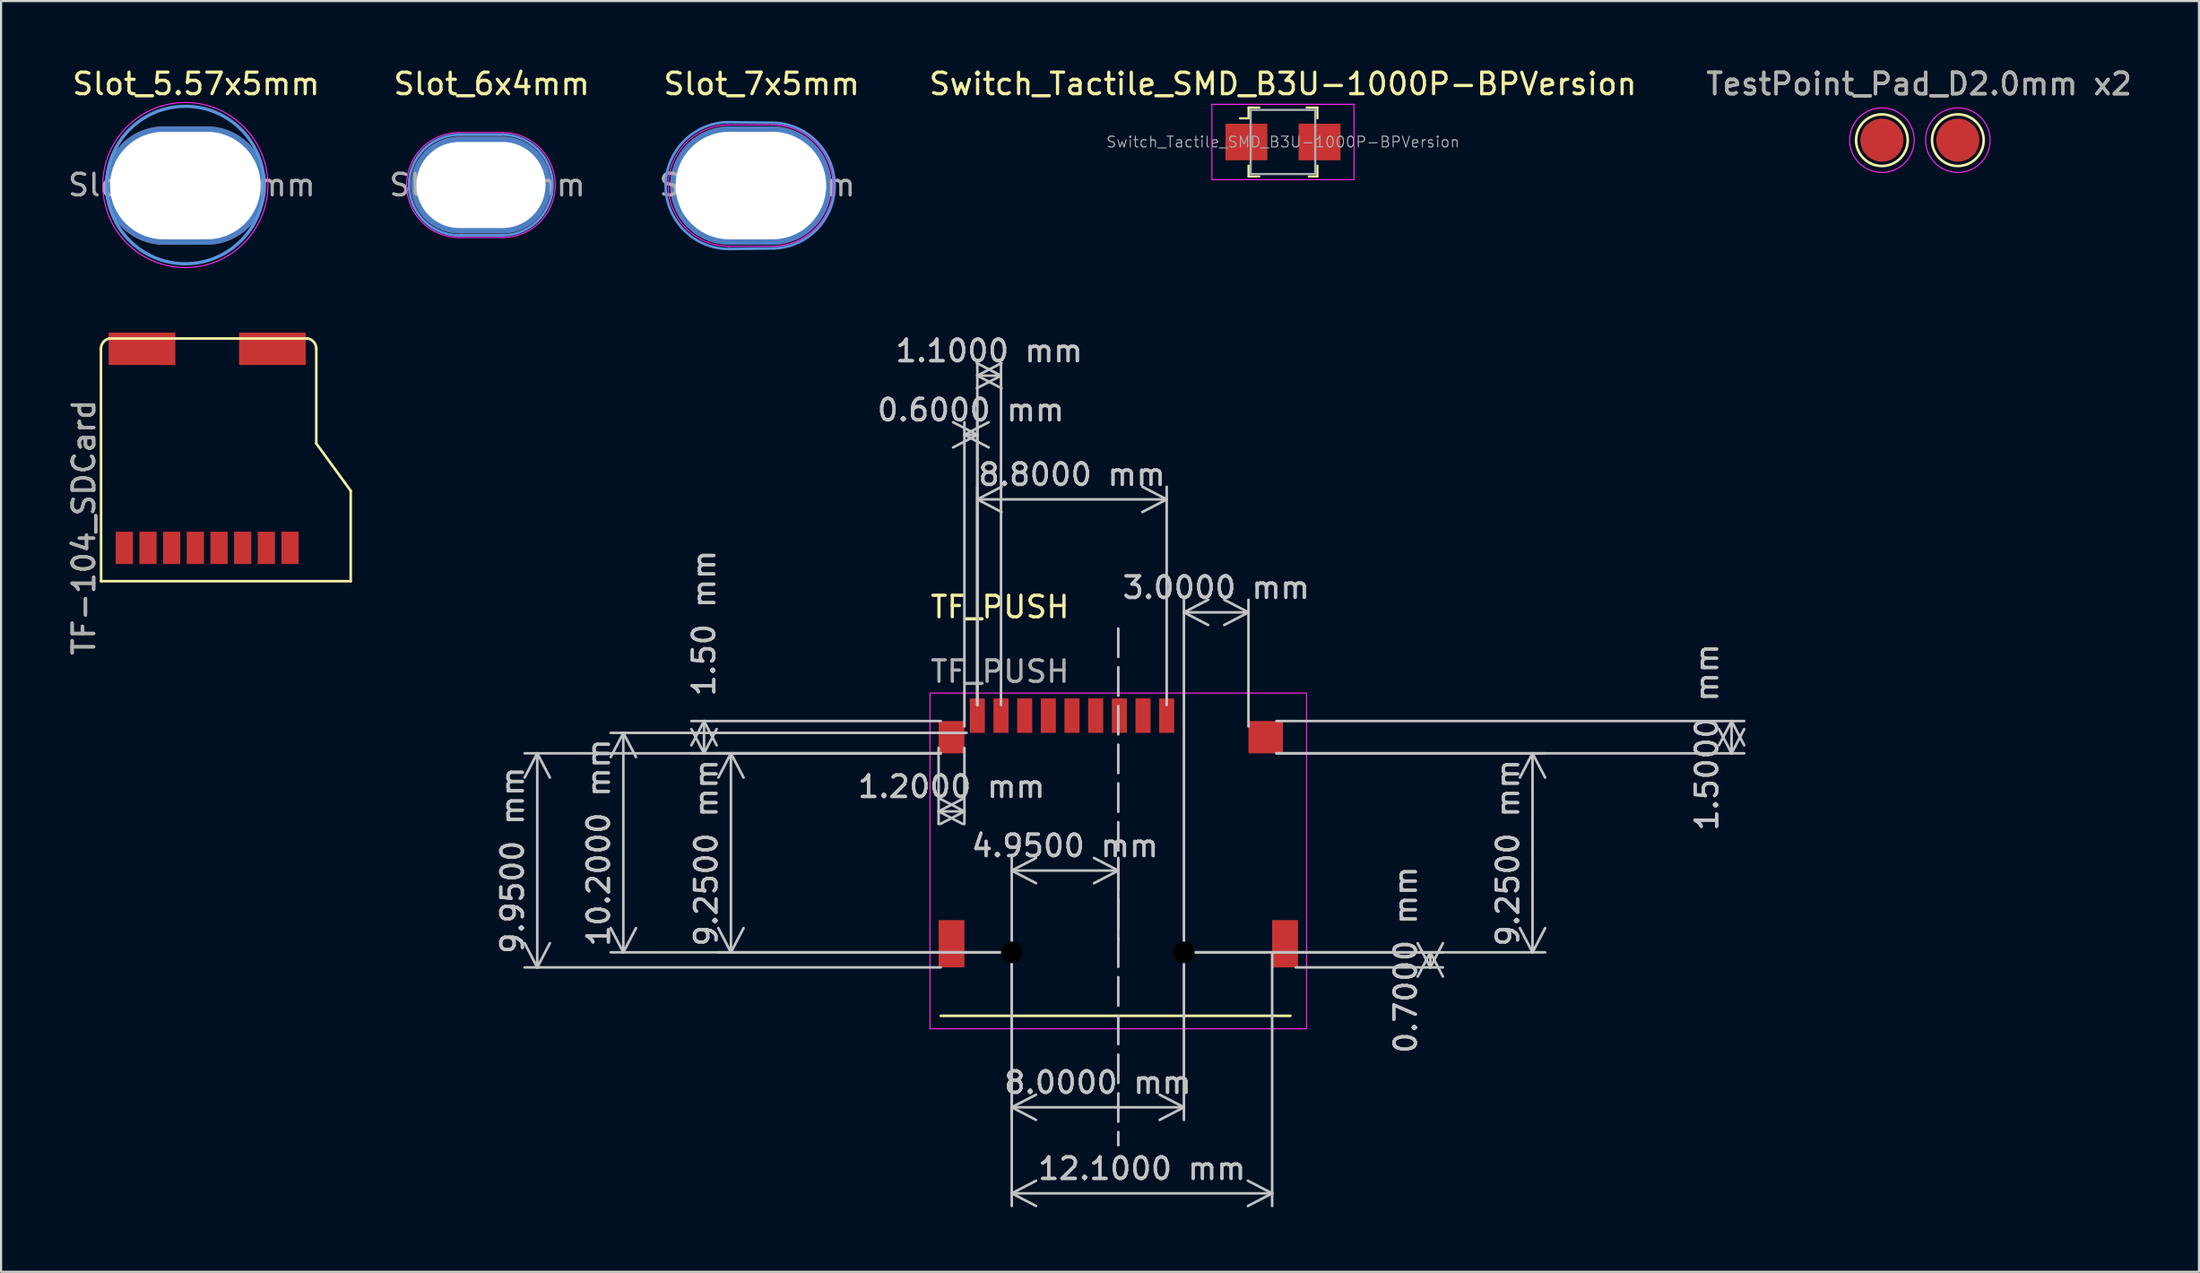
<source format=kicad_pcb>
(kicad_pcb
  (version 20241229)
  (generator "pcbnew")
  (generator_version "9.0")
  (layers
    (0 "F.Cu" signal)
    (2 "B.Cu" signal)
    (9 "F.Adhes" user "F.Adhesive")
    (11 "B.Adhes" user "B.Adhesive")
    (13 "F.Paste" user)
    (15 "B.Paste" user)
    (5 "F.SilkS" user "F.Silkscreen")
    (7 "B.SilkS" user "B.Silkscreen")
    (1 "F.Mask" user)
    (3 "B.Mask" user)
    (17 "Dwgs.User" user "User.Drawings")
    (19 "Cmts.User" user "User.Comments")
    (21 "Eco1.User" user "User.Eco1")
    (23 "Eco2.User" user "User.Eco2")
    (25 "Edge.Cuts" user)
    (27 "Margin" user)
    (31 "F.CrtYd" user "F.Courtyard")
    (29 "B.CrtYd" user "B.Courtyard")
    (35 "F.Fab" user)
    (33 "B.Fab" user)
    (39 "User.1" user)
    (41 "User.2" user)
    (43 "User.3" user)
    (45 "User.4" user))
  (footprint "Slot_5.57x5mm"
    (layer "F.Cu")
    (at 5.563 5.548)
    (property "Reference" "Slot_5.57x5mm" (at 0.5 -4.7 180) (layer "F.SilkS") (effects (font (size 1 1) (thickness 0.15))))
    (attr exclude_from_pos_files exclude_from_bom)
    (fp_circle (center 0 0) (end 3.658 0.076) (stroke (width 0.15) (type solid)) (fill no) (layer "Cmts.User"))
    (fp_circle (center 0 0) (end 3.835 0) (stroke (width 0.05) (type solid)) (fill no) (layer "F.CrtYd"))
    (fp_text user "${REFERENCE}" (at 0.3 0 180) (layer "F.Fab") (effects (font (size 1 1) (thickness 0.15))))
    (pad "4" thru_hole oval (at 0 0.025) (size 7.5 5.5) (drill oval 7 5) (layers "*.Cu" "*.Mask")))
  (footprint "Switch_Tactile_SMD_B3U-1000P-BPVersion"
    (layer "F.Cu")
    (at 56.57 3.548)
    (property "Reference" "Switch_Tactile_SMD_B3U-1000P-BPVersion" (at 0 -2.7 0) (layer "F.SilkS") (effects (font (size 1 1) (thickness 0.15))))
    (attr smd)
    (fp_line (start -1.6 -1.6) (end -1.6 -1.1) (stroke (width 0.1) (type solid)) (layer "F.SilkS"))
    (fp_line (start -1.6 -1.6) (end -1.1 -1.6) (stroke (width 0.1) (type solid)) (layer "F.SilkS"))
    (fp_line (start -1.6 -1.1) (end -2 -1.1) (stroke (width 0.1) (type solid)) (layer "F.SilkS"))
    (fp_line (start -1.6 1.6) (end -1.6 1.1) (stroke (width 0.1) (type solid)) (layer "F.SilkS"))
    (fp_line (start -1.6 1.6) (end -1.1 1.6) (stroke (width 0.1) (type solid)) (layer "F.SilkS"))
    (fp_line (start 1.6 -1.6) (end 1.1 -1.6) (stroke (width 0.1) (type solid)) (layer "F.SilkS"))
    (fp_line (start 1.6 -1.6) (end 1.6 -1.1) (stroke (width 0.1) (type solid)) (layer "F.SilkS"))
    (fp_line (start 1.6 1.6) (end 1.2 1.6) (stroke (width 0.1) (type solid)) (layer "F.SilkS"))
    (fp_line (start 1.6 1.6) (end 1.6 1.1) (stroke (width 0.1) (type solid)) (layer "F.SilkS"))
    (fp_line (start -3.302 -1.75) (end 3.302 -1.75) (stroke (width 0.05) (type solid)) (layer "F.CrtYd"))
    (fp_line (start -3.302 1.75) (end -3.302 -1.75) (stroke (width 0.05) (type solid)) (layer "F.CrtYd"))
    (fp_line (start -3.302 1.75) (end 3.302 1.75) (stroke (width 0.05) (type solid)) (layer "F.CrtYd"))
    (fp_line (start 3.302 1.75) (end 3.302 -1.75) (stroke (width 0.05) (type solid)) (layer "F.CrtYd"))
    (fp_line (start -1.5 -1.49) (end -1.5 1.49) (stroke (width 0.1) (type solid)) (layer "F.Fab"))
    (fp_line (start -1.5 -1.49) (end 1.5 -1.49) (stroke (width 0.1) (type solid)) (layer "F.Fab"))
    (fp_line (start -1.5 1.49) (end 1.5 1.49) (stroke (width 0.1) (type solid)) (layer "F.Fab"))
    (fp_line (start 1.5 -1.49) (end 1.5 1.49) (stroke (width 0.1) (type solid)) (layer "F.Fab"))
    (fp_text user "${REFERENCE}" (at 0 0 0) (layer "F.Fab") (effects (font (size 0.5 0.5) (thickness 0.05))))
    (pad "1" smd rect (at -1.7 0) (size 1.948 1.7) (layers "F.Cu" "F.Mask" "F.Paste"))
    (pad "2" smd rect (at 1.7 0) (size 1.948 1.7) (layers "F.Cu" "F.Mask" "F.Paste")))
  (footprint "Slot_6x4mm"
    (layer "F.Cu")
    (at 19.299 5.548)
    (property "Reference" "Slot_6x4mm" (at 0.5 -4.7 180) (layer "F.SilkS") (effects (font (size 1 1) (thickness 0.15))))
    (attr exclude_from_pos_files exclude_from_bom)
    (fp_line (start -0.976 -2.338) (end 0.903 -2.338) (stroke (width 0.12) (type solid)) (layer "Cmts.User"))
    (fp_line (start 0.965 2.337) (end -0.914 2.337) (stroke (width 0.12) (type solid)) (layer "Cmts.User"))
    (fp_arc (start -0.9144 2.3368) (mid -3.340439 0.031409) (end -0.976474 -2.33759) (stroke (width 0.12) (type solid)) (layer "Cmts.User"))
    (fp_arc (start 0.903126 -2.33759) (mid 3.329165 -0.032199) (end 0.9652 2.3368) (stroke (width 0.12) (type solid)) (layer "Cmts.User"))
    (fp_line (start -1.016 -2.438) (end 1.016 -2.438) (stroke (width 0.05) (type solid)) (layer "F.CrtYd"))
    (fp_line (start 1.016 2.438) (end -1.016 2.438) (stroke (width 0.05) (type solid)) (layer "F.CrtYd"))
    (fp_arc (start -1.016 2.4384) (mid -3.4544 0) (end -1.016 -2.4384) (stroke (width 0.05) (type solid)) (layer "F.CrtYd"))
    (fp_arc (start 1.016 -2.4384) (mid 3.4544 0) (end 1.016 2.4384) (stroke (width 0.05) (type solid)) (layer "F.CrtYd"))
    (fp_text user "${REFERENCE}" (at 0.3 0 180) (layer "F.Fab") (effects (font (size 1 1) (thickness 0.15))))
    (pad "" thru_hole oval (at 0 0) (size 6.5 4.5) (drill oval 6 4) (layers "*.Cu" "*.Mask")))
  (footprint "TF-104_SDCard"
    (layer "F.Cu")
    (at 2.048 13.159)
    (property "Reference" "TF-104_SDCard" (at -1.2 8.3 90) (unlocked yes) (layer "F.SilkS") (effects (font (size 1 1) (thickness 0.15))))
    (fp_line (start -0.407 0) (end -0.4 10.8) (stroke (width 0.12) (type solid)) (layer "F.SilkS"))
    (fp_line (start -0.4 10.8) (end 11.2 10.8) (stroke (width 0.12) (type solid)) (layer "F.SilkS"))
    (fp_line (start -0.025 -0.478) (end 9.218 -0.478) (stroke (width 0.12) (type solid)) (layer "F.SilkS"))
    (fp_line (start 9.6 4.4) (end 9.6 0) (stroke (width 0.12) (type solid)) (layer "F.SilkS"))
    (fp_line (start 11.2 6.6) (end 9.6 4.4) (stroke (width 0.12) (type solid)) (layer "F.SilkS"))
    (fp_line (start 11.2 10.8) (end 11.2 6.6) (stroke (width 0.12) (type solid)) (layer "F.SilkS"))
    (fp_arc (start -0.407374 0) (mid -0.3 -0.306101) (end -0.024935 -0.478049) (stroke (width 0.12) (type solid)) (layer "F.SilkS"))
    (fp_arc (start 9.217561 -0.478049) (mid 9.492626 -0.306101) (end 9.6 0) (stroke (width 0.12) (type solid)) (layer "F.SilkS"))
    (fp_text user "${REFERENCE}" (at -1.2 8.3 90) (unlocked yes) (layer "F.Fab") (effects (font (size 1 1) (thickness 0.15))))
    (pad "1" smd rect (at 8.38 9.25) (size 0.8 1.5) (layers "F.Cu" "F.Mask" "F.Paste"))
    (pad "2" smd rect (at 7.28 9.25) (size 0.8 1.5) (layers "F.Cu" "F.Mask" "F.Paste"))
    (pad "3" smd rect (at 6.18 9.25) (size 0.8 1.5) (layers "F.Cu" "F.Mask" "F.Paste"))
    (pad "4" smd rect (at 5.08 9.25) (size 0.8 1.5) (layers "F.Cu" "F.Mask" "F.Paste"))
    (pad "5" smd rect (at 3.98 9.25) (size 0.8 1.5) (layers "F.Cu" "F.Mask" "F.Paste"))
    (pad "6" smd rect (at 2.88 9.25) (size 0.8 1.5) (layers "F.Cu" "F.Mask" "F.Paste"))
    (pad "7" smd rect (at 1.78 9.25) (size 0.8 1.5) (layers "F.Cu" "F.Mask" "F.Paste"))
    (pad "8" smd rect (at 0.68 9.25) (size 0.8 1.5) (layers "F.Cu" "F.Mask" "F.Paste"))
    (pad "9" smd rect (at 1.5 0) (size 3.1 1.5) (layers "F.Cu" "F.Mask" "F.Paste"))
    (pad "9" smd rect (at 7.56 0) (size 3.1 1.5) (layers "F.Cu" "F.Mask" "F.Paste")))
  (footprint "TF_PUSH"
    (layer "F.Cu")
    (at 48.917 29.407)
    (property "Reference" "TF_PUSH" (at -5.5 -4.25 0) (unlocked yes) (layer "F.SilkS") (effects (font (size 1 1) (thickness 0.15))))
    (attr smd)
    (fp_line (start -8.25 14.75) (end 8 14.75) (stroke (width 0.12) (type default)) (layer "F.SilkS"))
    (fp_line (start 0 -3.25) (end 0 20.75) (stroke (width 0.12) (type dash)) (layer "Dwgs.User"))
    (fp_line (start 0 20.75) (end 0 20.75) (stroke (width 0.12) (type dash)) (layer "Dwgs.User"))
    (fp_rect (start -8.75 -0.25) (end 8.75 15.35) (stroke (width 0.05) (type default)) (fill no) (layer "F.CrtYd"))
    (fp_text user "${REFERENCE}" (at -5.5 -1.25 0) (unlocked yes) (layer "F.Fab") (effects (font (size 1 1) (thickness 0.15))))
    (dimension (type orthogonal) (layer "Dwgs.User") (pts (xy 55.767 31.957) (xy 55.767 30.457)) (height 21.65) (orientation 1) (format (prefix "") (suffix "") (units 3) (units_format 1) (precision 4)) (style (thickness 0.12) (arrow_length 1.27) (text_position_mode 0) (arrow_direction outward) (extension_height 0.586) (extension_offset 0.5) (keep_text_aligned yes)) (gr_text "1.5000 mm" (at 76.267 31.207 90) (layer "Dwgs.User") (effects (font (size 1 1) (thickness 0.15)))))
    (dimension (type orthogonal) (layer "Dwgs.User") (pts (xy 40.567 31.207) (xy 41.767 31.207)) (height 3.45) (orientation 0) (format (prefix "") (suffix "") (units 3) (units_format 1) (precision 4)) (style (thickness 0.12) (arrow_length 1.27) (text_position_mode 0) (arrow_direction outward) (extension_height 0.586) (extension_offset 0.5) (keep_text_aligned yes)) (gr_text "1.2000 mm" (at 41.167 33.507 0) (layer "Dwgs.User") (effects (font (size 1 1) (thickness 0.15)))))
    (dimension (type orthogonal) (layer "Dwgs.User") (pts (xy 43.967 41.207) (xy 56.067 40.807)) (height 11.2) (orientation 0) (format (prefix "") (suffix "") (units 3) (units_format 1) (precision 4)) (style (thickness 0.12) (arrow_length 1.27) (text_position_mode 0) (arrow_direction outward) (extension_height 0.586) (extension_offset 0.5) (keep_text_aligned yes)) (gr_text "12.1000 mm" (at 50.017 51.257 0) (layer "Dwgs.User") (effects (font (size 1 1) (thickness 0.15)))))
    (dimension (type orthogonal) (layer "Dwgs.User") (pts (xy 51.967 41.207) (xy 55.767 31.957)) (height 16.2) (orientation 1) (format (prefix "") (suffix "") (units 3) (units_format 1) (precision 4)) (style (thickness 0.12) (arrow_length 1.27) (text_position_mode 0) (arrow_direction outward) (extension_height 0.586) (extension_offset 0.5) (keep_text_aligned yes)) (gr_text "9.2500 mm" (at 67.017 36.582 90) (layer "Dwgs.User") (effects (font (size 1 1) (thickness 0.15)))))
    (dimension (type orthogonal) (layer "Dwgs.User") (pts (xy 42.367 30.207) (xy 41.767 31.207)) (height -13.05) (orientation 0) (format (prefix "") (suffix "") (units 3) (units_format 1) (precision 4)) (style (thickness 0.12) (arrow_length 1.27) (text_position_mode 0) (arrow_direction outward) (extension_height 0.586) (extension_offset 0.5) (keep_text_aligned yes)) (gr_text "0.6000 mm" (at 42.067 16.007 0) (layer "Dwgs.User") (effects (font (size 1 1) (thickness 0.15)))))
    (dimension (type orthogonal) (layer "Dwgs.User") (pts (xy 43.967 41.207) (xy 51.967 41.207)) (height 7.2) (orientation 0) (format (prefix "") (suffix "") (units 3) (units_format 1) (precision 4)) (style (thickness 0.12) (arrow_length 1.27) (text_position_mode 0) (arrow_direction outward) (extension_height 0.586) (extension_offset 0.5) (keep_text_aligned yes)) (gr_text "8.0000 mm" (at 47.967 47.257 0) (layer "Dwgs.User") (effects (font (size 1 1) (thickness 0.15)))))
    (dimension (type orthogonal) (layer "Dwgs.User") (pts (xy 51.967 41.207) (xy 56.667 41.907)) (height 11.45) (orientation 1) (format (prefix "") (suffix "") (units 3) (units_format 1) (precision 4)) (style (thickness 0.12) (arrow_length 1.27) (text_position_mode 0) (arrow_direction outward) (extension_height 0.586) (extension_offset 0.5) (keep_text_aligned yes)) (gr_text "0.7000 mm" (at 62.267 41.557 90) (layer "Dwgs.User") (effects (font (size 1 1) (thickness 0.15)))))
    (dimension (type orthogonal) (layer "Dwgs.User") (pts (xy 51.167 30.207) (xy 42.367 30.207)) (height -10.05) (orientation 0) (format (prefix "") (suffix "") (units 3) (units_format 1) (precision 4)) (style (thickness 0.12) (arrow_length 1.27) (text_position_mode 0) (arrow_direction outward) (extension_height 0.586) (extension_offset 0.5) (keep_text_aligned yes)) (gr_text "8.8000 mm" (at 46.767 19.007 0) (layer "Dwgs.User") (effects (font (size 1 1) (thickness 0.15)))))
    (dimension (type orthogonal) (layer "Dwgs.User") (pts (xy 41.167 41.907) (xy 41.167 31.957)) (height -19.25) (orientation 1) (format (prefix "") (suffix "") (units 3) (units_format 1) (precision 4)) (style (thickness 0.12) (arrow_length 1.27) (text_position_mode 0) (arrow_direction outward) (extension_height 0.586) (extension_offset 0.5) (keep_text_aligned yes)) (gr_text "9.9500 mm" (at 20.767 36.932 90) (layer "Dwgs.User") (effects (font (size 1 1) (thickness 0.15)))))
    (dimension (type orthogonal) (layer "Dwgs.User") (pts (xy 42.367 30.207) (xy 43.467 30.207)) (height -15.8) (orientation 0) (format (prefix "") (suffix "") (units 3) (units_format 1) (precision 4)) (style (thickness 0.12) (arrow_length 1.27) (text_position_mode 0) (arrow_direction outward) (extension_height 0.586) (extension_offset 0.5) (keep_text_aligned yes)) (gr_text "1.1000 mm" (at 42.917 13.257 0) (layer "Dwgs.User") (effects (font (size 1 1) (thickness 0.15)))))
    (dimension (type orthogonal) (layer "Dwgs.User") (pts (xy 43.967 41.207) (xy 48.917 41.157)) (height -3.8) (orientation 0) (format (prefix "") (suffix "") (units 3) (units_format 1) (precision 4)) (style (thickness 0.12) (arrow_length 1.27) (text_position_mode 0) (arrow_direction outward) (extension_height 0.586) (extension_offset 0.5) (keep_text_aligned yes)) (gr_text "4.9500 mm" (at 46.442 36.257 0) (layer "Dwgs.User") (effects (font (size 1 1) (thickness 0.15)))))
    (dimension (type orthogonal) (layer "Dwgs.User") (pts (xy 43.967 41.207) (xy 42.367 31.007)) (height -18.05) (orientation 1) (format (prefix "") (suffix "") (units 3) (units_format 1) (precision 4)) (style (thickness 0.12) (arrow_length 1.27) (text_position_mode 0) (arrow_direction outward) (extension_height 0.586) (extension_offset 0.5) (keep_text_aligned yes)) (gr_text "10.2000 mm" (at 24.767 36.107 90) (layer "Dwgs.User") (effects (font (size 1 1) (thickness 0.15)))))
    (dimension (type orthogonal) (layer "Dwgs.User") (pts (xy 41.167 30.457) (xy 41.167 31.957)) (height -11.5) (orientation 1) (format (prefix "") (suffix "") (units 3) (units_format 1) (precision 2)) (style (thickness 0.12) (arrow_length 1.27) (text_position_mode 2) (arrow_direction outward) (extension_height 0.586) (extension_offset 0.5) (keep_text_aligned yes)) (gr_text "1.50 mm" (at 29.667 25.907 90) (layer "Dwgs.User") (effects (font (size 1 1) (thickness 0.15)))))
    (dimension (type orthogonal) (layer "Dwgs.User") (pts (xy 51.967 41.207) (xy 54.967 31.207)) (height -15.8) (orientation 0) (format (prefix "") (suffix "") (units 3) (units_format 1) (precision 4)) (style (thickness 0.12) (arrow_length 1.27) (text_position_mode 0) (arrow_direction outward) (extension_height 0.586) (extension_offset 0.5) (keep_text_aligned yes)) (gr_text "3.0000 mm" (at 53.467 24.257 0) (layer "Dwgs.User") (effects (font (size 1 1) (thickness 0.15)))))
    (dimension (type orthogonal) (layer "Dwgs.User") (pts (xy 41.167 31.957) (xy 43.967 41.207)) (height -10.25) (orientation 1) (format (prefix "") (suffix "") (units 3) (units_format 1) (precision 4)) (style (thickness 0.12) (arrow_length 1.27) (text_position_mode 0) (arrow_direction outward) (extension_height 0.586) (extension_offset 0.5) (keep_text_aligned yes)) (gr_text "9.2500 mm" (at 29.767 36.582 90) (layer "Dwgs.User") (effects (font (size 1 1) (thickness 0.15)))))
    (pad "" np_thru_hole circle (at -4.95 11.8) (size 1 1) (drill 1) (layers "*.Mask"))
    (pad "" np_thru_hole circle (at 3.05 11.8) (size 1 1) (drill 1) (layers "*.Mask"))
    (pad "1" smd rect (at 2.25 0.8) (size 0.7 1.6) (layers "F.Cu" "F.Mask" "F.Paste"))
    (pad "2" smd rect (at 1.15 0.8) (size 0.7 1.6) (layers "F.Cu" "F.Mask" "F.Paste"))
    (pad "3" smd rect (at 0.05 0.8) (size 0.7 1.6) (layers "F.Cu" "F.Mask" "F.Paste"))
    (pad "4" smd rect (at -1.05 0.8) (size 0.7 1.6) (layers "F.Cu" "F.Mask" "F.Paste"))
    (pad "5" smd rect (at -2.15 0.8) (size 0.7 1.6) (layers "F.Cu" "F.Mask" "F.Paste"))
    (pad "6" smd rect (at -3.25 0.8) (size 0.7 1.6) (layers "F.Cu" "F.Mask" "F.Paste"))
    (pad "7" smd rect (at -4.35 0.8) (size 0.7 1.6) (layers "F.Cu" "F.Mask" "F.Paste"))
    (pad "8" smd rect (at -5.45 0.8) (size 0.7 1.6) (layers "F.Cu" "F.Mask" "F.Paste"))
    (pad "Cd" smd rect (at -6.55 0.8) (size 0.7 1.6) (layers "F.Cu" "F.Mask" "F.Paste"))
    (pad "G" smd rect (at -7.75 1.8) (size 1.2 1.5) (layers "F.Cu" "F.Mask" "F.Paste"))
    (pad "G" smd rect (at -7.75 11.4) (size 1.2 2.2) (layers "F.Cu" "F.Mask" "F.Paste"))
    (pad "G" smd rect (at 6.85 1.8) (size 1.6 1.5) (layers "F.Cu" "F.Mask" "F.Paste"))
    (pad "G" smd rect (at 7.75 11.4) (size 1.2 2.2) (layers "F.Cu" "F.Mask" "F.Paste")))
  (footprint "TestPoint_Pad_D2.0mm x2"
    (layer "F.Cu")
    (at 84.403 3.464)
    (property "Reference" "TestPoint_Pad_D2.0mm x2" (at 1.727 -2.616 180) (layer "F.SilkS") (effects (font (size 1 1) (thickness 0.15))))
    (attr exclude_from_pos_files exclude_from_bom)
    (fp_circle (center 0 0) (end 0 1.2) (stroke (width 0.12) (type solid)) (fill no) (layer "F.SilkS"))
    (fp_circle (center 3.529 0) (end 3.529 1.2) (stroke (width 0.12) (type solid)) (fill no) (layer "F.SilkS"))
    (fp_circle (center 0 0) (end 1.5 0) (stroke (width 0.05) (type solid)) (fill no) (layer "F.CrtYd"))
    (fp_circle (center 3.529 0) (end 5.029 0) (stroke (width 0.05) (type solid)) (fill no) (layer "F.CrtYd"))
    (fp_text user "${REFERENCE}" (at 1.727 -2.611 180) (layer "F.Fab") (effects (font (size 1 1) (thickness 0.15))))
    (pad "1" smd circle (at 0 0) (size 2 2) (layers "F.Cu" "F.Mask"))
    (pad "2" smd circle (at 3.529 0) (size 2 2) (layers "F.Cu" "F.Mask")))
  (footprint "Slot_7x5mm"
    (layer "F.Cu")
    (at 31.844 5.548)
    (property "Reference" "Slot_7x5mm" (at 0.5 -4.7 180) (layer "F.SilkS") (effects (font (size 1 1) (thickness 0.15))))
    (attr exclude_from_pos_files exclude_from_bom)
    (fp_line (start -1.112 -2.919) (end 0.965 -2.896) (stroke (width 0.12) (type solid)) (layer "Cmts.User"))
    (fp_line (start -1.01 2.971) (end 1.068 2.946) (stroke (width 0.12) (type solid)) (layer "Cmts.User"))
    (fp_arc (start -1.00971 2.971002) (mid -3.962944 0.076359) (end -1.112099 -2.919177) (stroke (width 0.12) (type solid)) (layer "Cmts.User"))
    (fp_arc (start 0.9652 -2.8956) (mid 3.894287 -0.025039) (end 1.067589 2.9464) (stroke (width 0.12) (type solid)) (layer "Cmts.User"))
    (fp_line (start -1.016 -2.794) (end 1.003 -2.794) (stroke (width 0.05) (type solid)) (layer "F.CrtYd"))
    (fp_line (start -1.016 2.845) (end 0.991 2.845) (stroke (width 0.05) (type solid)) (layer "F.CrtYd"))
    (fp_arc (start -1.016 2.8448) (mid -3.8354 0.0254) (end -1.016 -2.794) (stroke (width 0.05) (type solid)) (layer "F.CrtYd"))
    (fp_arc (start 1.003294 -2.794) (mid 3.81 0.031736) (end 0.990594 2.8448) (stroke (width 0.05) (type solid)) (layer "F.CrtYd"))
    (fp_text user "${REFERENCE}" (at 0.3 0 180) (layer "F.Fab") (effects (font (size 1 1) (thickness 0.15))))
    (pad "" thru_hole oval (at 0 0.025) (size 7.5 5.5) (drill oval 7 5) (layers "*.Cu" "*.Mask")))
  (gr_rect
    (start -3 -3)
    (end 99.136 56.053)
    (stroke (width 0.1) (type default))
    (fill no)
    (layer "Edge.Cuts")))
</source>
